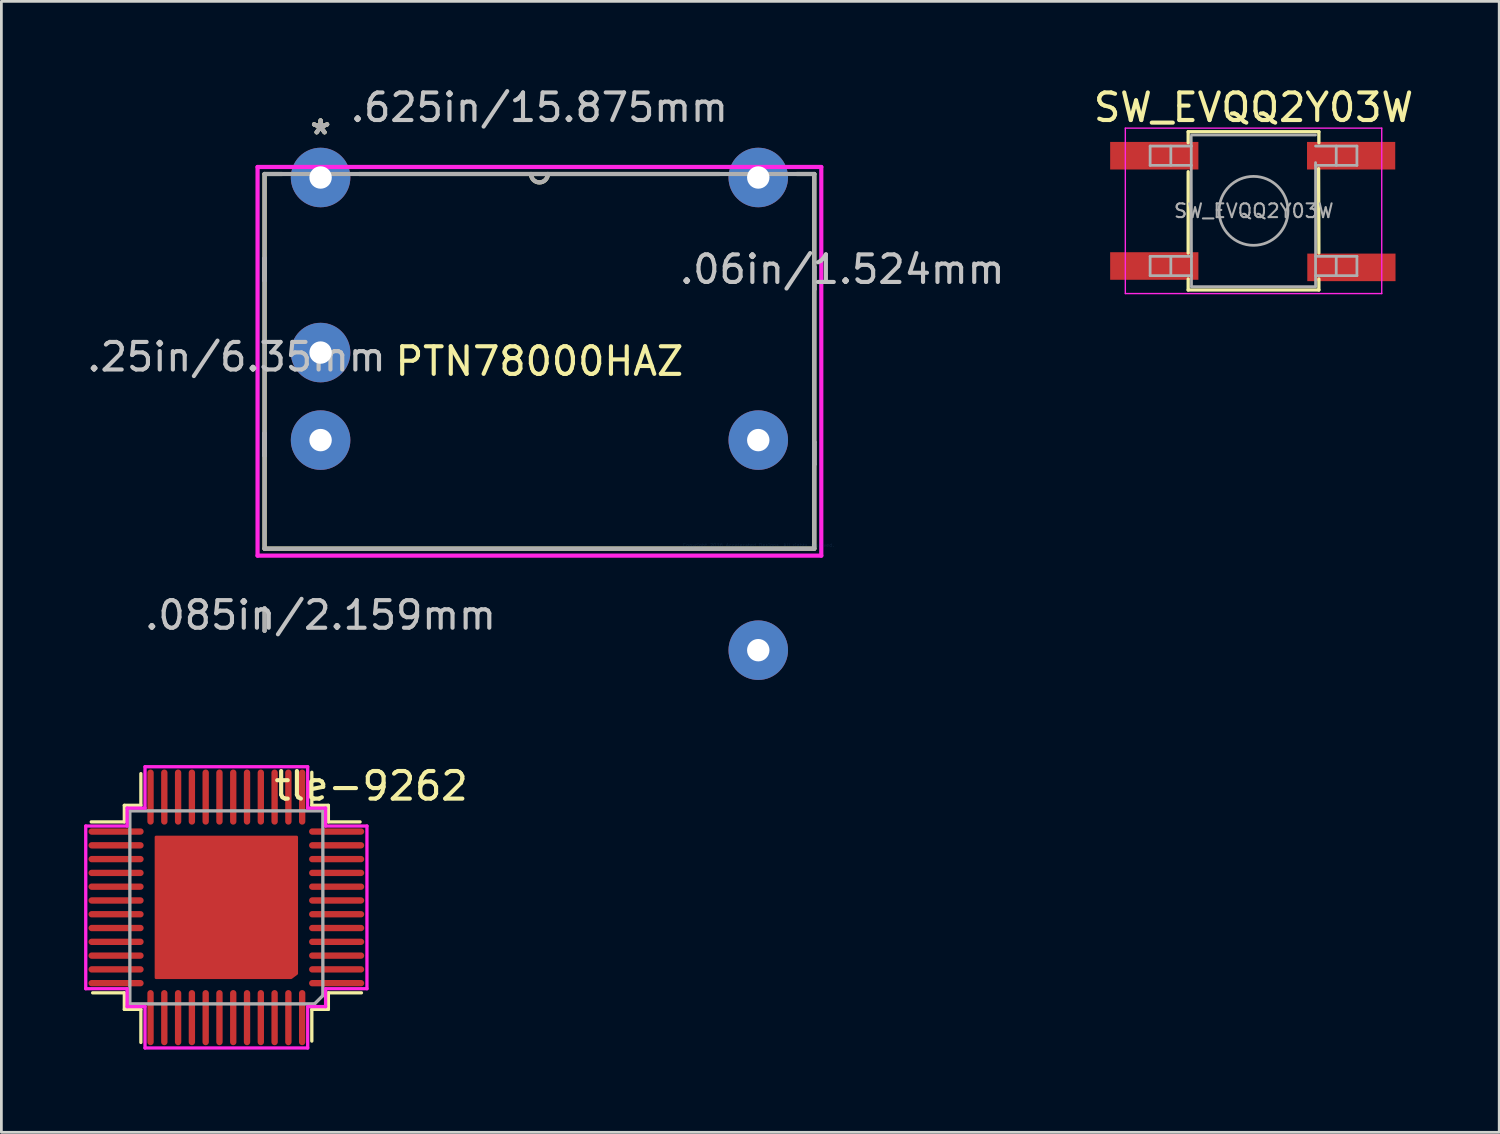
<source format=kicad_pcb>
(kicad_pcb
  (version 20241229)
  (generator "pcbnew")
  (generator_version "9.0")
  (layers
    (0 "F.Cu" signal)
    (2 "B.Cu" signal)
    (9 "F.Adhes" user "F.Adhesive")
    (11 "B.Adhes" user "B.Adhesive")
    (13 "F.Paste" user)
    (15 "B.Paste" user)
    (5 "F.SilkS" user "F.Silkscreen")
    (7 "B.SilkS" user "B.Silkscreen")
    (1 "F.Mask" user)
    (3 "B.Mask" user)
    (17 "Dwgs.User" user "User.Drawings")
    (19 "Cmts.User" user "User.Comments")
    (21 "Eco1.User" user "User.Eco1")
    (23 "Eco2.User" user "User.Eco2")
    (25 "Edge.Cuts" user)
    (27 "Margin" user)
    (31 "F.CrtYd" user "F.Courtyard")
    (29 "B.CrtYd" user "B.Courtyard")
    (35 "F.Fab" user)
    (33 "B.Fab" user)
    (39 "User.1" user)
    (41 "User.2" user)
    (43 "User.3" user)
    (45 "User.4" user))
  (footprint "PTN78000HAZ"
    (layer "F.Cu")
    (at 24.453 16.723)
    (property "Reference" "PTN78000HAZ" (at -7.938 -6.668 0) (layer "F.SilkS") (effects (font (size 1 1) (thickness 0.15))))
    (attr through_hole)
    (fp_line (start -17.907 -13.462) (end -17.907 0.127) (stroke (width 0.152) (type solid)) (layer "F.SilkS"))
    (fp_line (start -17.907 0.127) (end 2.032 0.127) (stroke (width 0.152) (type solid)) (layer "F.SilkS"))
    (fp_line (start -17.282 -13.462) (end -17.907 -13.462) (stroke (width 0.152) (type solid)) (layer "F.SilkS"))
    (fp_line (start -1.407 -13.462) (end -14.468 -13.462) (stroke (width 0.152) (type solid)) (layer "F.SilkS"))
    (fp_line (start 2.032 -13.462) (end 1.407 -13.462) (stroke (width 0.152) (type solid)) (layer "F.SilkS"))
    (fp_line (start 2.032 0.127) (end 2.032 -13.462) (stroke (width 0.152) (type solid)) (layer "F.SilkS"))
    (fp_arc (start -7.6327 -13.462) (mid -7.9375 -13.1572) (end -8.2423 -13.462) (stroke (width 0.1524) (type solid)) (layer "F.SilkS"))
    (fp_line (start -18.161 -13.716) (end 2.286 -13.716) (stroke (width 0.152) (type solid)) (layer "F.CrtYd"))
    (fp_line (start -18.161 0.381) (end -18.161 -13.716) (stroke (width 0.152) (type solid)) (layer "F.CrtYd"))
    (fp_line (start 2.286 -13.716) (end 2.286 0.381) (stroke (width 0.152) (type solid)) (layer "F.CrtYd"))
    (fp_line (start 2.286 0.381) (end -18.161 0.381) (stroke (width 0.152) (type solid)) (layer "F.CrtYd"))
    (fp_line (start -17.907 -13.462) (end -17.907 0.127) (stroke (width 0.152) (type solid)) (layer "F.Fab"))
    (fp_line (start -17.907 -10.408) (end -17.907 -10.408) (stroke (width 0.152) (type solid)) (layer "F.Fab"))
    (fp_line (start -17.907 -10.408) (end -17.907 -9.595) (stroke (width 0.152) (type solid)) (layer "F.Fab"))
    (fp_line (start -17.907 -9.595) (end -17.907 -10.408) (stroke (width 0.152) (type solid)) (layer "F.Fab"))
    (fp_line (start -17.907 -9.595) (end -17.907 -9.595) (stroke (width 0.152) (type solid)) (layer "F.Fab"))
    (fp_line (start -17.907 -4.058) (end -17.907 -4.058) (stroke (width 0.152) (type solid)) (layer "F.Fab"))
    (fp_line (start -17.907 -4.058) (end -17.907 -3.245) (stroke (width 0.152) (type solid)) (layer "F.Fab"))
    (fp_line (start -17.907 -3.245) (end -17.907 -4.058) (stroke (width 0.152) (type solid)) (layer "F.Fab"))
    (fp_line (start -17.907 -3.245) (end -17.907 -3.245) (stroke (width 0.152) (type solid)) (layer "F.Fab"))
    (fp_line (start -17.907 0.127) (end 2.032 0.127) (stroke (width 0.152) (type solid)) (layer "F.Fab"))
    (fp_line (start -17.907 2.292) (end -17.907 2.292) (stroke (width 0.152) (type solid)) (layer "F.Fab"))
    (fp_line (start -17.907 2.292) (end -17.907 3.105) (stroke (width 0.152) (type solid)) (layer "F.Fab"))
    (fp_line (start -17.907 3.105) (end -17.907 2.292) (stroke (width 0.152) (type solid)) (layer "F.Fab"))
    (fp_line (start -17.907 3.105) (end -17.907 3.105) (stroke (width 0.152) (type solid)) (layer "F.Fab"))
    (fp_line (start 2.032 -13.462) (end -17.907 -13.462) (stroke (width 0.152) (type solid)) (layer "F.Fab"))
    (fp_line (start 2.032 -10.09) (end 2.032 -10.09) (stroke (width 0.152) (type solid)) (layer "F.Fab"))
    (fp_line (start 2.032 -10.09) (end 2.032 -9.277) (stroke (width 0.152) (type solid)) (layer "F.Fab"))
    (fp_line (start 2.032 -9.277) (end 2.032 -10.09) (stroke (width 0.152) (type solid)) (layer "F.Fab"))
    (fp_line (start 2.032 -9.277) (end 2.032 -9.277) (stroke (width 0.152) (type solid)) (layer "F.Fab"))
    (fp_line (start 2.032 -3.74) (end 2.032 -3.74) (stroke (width 0.152) (type solid)) (layer "F.Fab"))
    (fp_line (start 2.032 -3.74) (end 2.032 -2.927) (stroke (width 0.152) (type solid)) (layer "F.Fab"))
    (fp_line (start 2.032 -2.927) (end 2.032 -3.74) (stroke (width 0.152) (type solid)) (layer "F.Fab"))
    (fp_line (start 2.032 -2.927) (end 2.032 -2.927) (stroke (width 0.152) (type solid)) (layer "F.Fab"))
    (fp_line (start 2.032 0.127) (end 2.032 -13.462) (stroke (width 0.152) (type solid)) (layer "F.Fab"))
    (fp_arc (start -7.6327 -13.462) (mid -7.9375 -13.1572) (end -8.2423 -13.462) (stroke (width 0.1524) (type solid)) (layer "F.Fab"))
    (fp_text user "*" (at -15.875 -14.859 0) (layer "F.SilkS") (effects (font (size 1 1) (thickness 0.15))))
    (fp_text user "*" (at -15.875 -14.859 0) (layer "F.SilkS") (effects (font (size 1 1) (thickness 0.15))))
    (fp_text user ".25in/6.35mm" (at -18.923 -6.826 0) (layer "Dwgs.User") (effects (font (size 1 1) (thickness 0.15))))
    (fp_text user ".085in/2.159mm" (at -15.875 2.54 0) (layer "Dwgs.User") (effects (font (size 1 1) (thickness 0.15))))
    (fp_text user ".06in/1.524mm" (at 3.048 -10.001 0) (layer "Dwgs.User") (effects (font (size 1 1) (thickness 0.15))))
    (fp_text user ".625in/15.875mm" (at -7.938 -15.875 0) (layer "Dwgs.User") (effects (font (size 1 1) (thickness 0.15))))
    (fp_text user "Copyright 2016 Accelerated Designs. All rights reserved." (at 0 0 0) (layer "Cmts.User") (effects (font (size 0.127 0.127) (thickness 0.002))))
    (fp_text user "*" (at -15.875 -14.859 0) (layer "F.Fab") (effects (font (size 1 1) (thickness 0.15))))
    (fp_text user "*" (at -15.875 -14.859 0) (layer "F.Fab") (effects (font (size 1 1) (thickness 0.15))))
    (pad "1" thru_hole circle (at -15.875 -13.335) (size 2.159 2.159) (drill 0.813) (layers "*.Cu" "*.Mask"))
    (pad "2" thru_hole circle (at -15.875 -6.985) (size 2.159 2.159) (drill 0.813) (layers "*.Cu" "*.Mask"))
    (pad "3" thru_hole circle (at -15.875 -3.81) (size 2.159 2.159) (drill 0.813) (layers "*.Cu" "*.Mask"))
    (pad "4" thru_hole circle (at 0 3.81) (size 2.159 2.159) (drill 0.813) (layers "*.Cu" "*.Mask"))
    (pad "5" thru_hole circle (at 0 -3.81) (size 2.159 2.159) (drill 0.813) (layers "*.Cu" "*.Mask"))
    (pad "6" thru_hole circle (at 0 -13.335) (size 2.159 2.159) (drill 0.813) (layers "*.Cu" "*.Mask")))
  (footprint "SW_EVQQ2Y03W"
    (layer "F.Cu")
    (at 40.617 2.598)
    (property "Reference" "SW_EVQQ2Y03W" (at 1.8 -1.75 0) (layer "F.SilkS") (effects (font (size 1 1) (thickness 0.15))))
    (attr through_hole)
    (fp_line (start -0.57 -0.87) (end -0.57 -0.47) (stroke (width 0.12) (type solid)) (layer "F.SilkS"))
    (fp_line (start -0.57 -0.87) (end 4.17 -0.87) (stroke (width 0.12) (type solid)) (layer "F.SilkS"))
    (fp_line (start -0.57 3.53) (end -0.57 0.58) (stroke (width 0.12) (type solid)) (layer "F.SilkS"))
    (fp_line (start -0.57 4.87) (end -0.57 4.47) (stroke (width 0.12) (type solid)) (layer "F.SilkS"))
    (fp_line (start -0.57 4.87) (end 4.17 4.87) (stroke (width 0.12) (type solid)) (layer "F.SilkS"))
    (fp_line (start 4.17 -0.87) (end 4.17 -0.47) (stroke (width 0.12) (type solid)) (layer "F.SilkS"))
    (fp_line (start 4.17 3.53) (end 4.16 0.47) (stroke (width 0.12) (type solid)) (layer "F.SilkS"))
    (fp_line (start 4.17 4.87) (end 4.17 4.47) (stroke (width 0.12) (type solid)) (layer "F.SilkS"))
    (fp_line (start -2.85 -1) (end 6.45 -1) (stroke (width 0.05) (type solid)) (layer "F.CrtYd"))
    (fp_line (start -2.85 5) (end -2.85 -1) (stroke (width 0.05) (type solid)) (layer "F.CrtYd"))
    (fp_line (start 6.45 -1) (end 6.45 5) (stroke (width 0.05) (type solid)) (layer "F.CrtYd"))
    (fp_line (start 6.45 5) (end -2.85 5) (stroke (width 0.05) (type solid)) (layer "F.CrtYd"))
    (fp_line (start -1.95 -0.35) (end -1.95 0.35) (stroke (width 0.1) (type solid)) (layer "F.Fab"))
    (fp_line (start -1.95 0.35) (end -0.45 0.35) (stroke (width 0.1) (type solid)) (layer "F.Fab"))
    (fp_line (start -1.95 3.65) (end -1.95 4.35) (stroke (width 0.1) (type solid)) (layer "F.Fab"))
    (fp_line (start -1.95 4.35) (end -0.45 4.35) (stroke (width 0.1) (type solid)) (layer "F.Fab"))
    (fp_line (start -1.2 -0.35) (end -1.2 0.35) (stroke (width 0.1) (type solid)) (layer "F.Fab"))
    (fp_line (start -1.2 3.65) (end -1.2 4.35) (stroke (width 0.1) (type solid)) (layer "F.Fab"))
    (fp_line (start -0.45 -0.75) (end 4.05 -0.75) (stroke (width 0.1) (type solid)) (layer "F.Fab"))
    (fp_line (start -0.45 -0.35) (end -1.95 -0.35) (stroke (width 0.1) (type solid)) (layer "F.Fab"))
    (fp_line (start -0.45 3.65) (end -1.95 3.65) (stroke (width 0.1) (type solid)) (layer "F.Fab"))
    (fp_line (start -0.45 4.75) (end -0.46 -0.7) (stroke (width 0.1) (type solid)) (layer "F.Fab"))
    (fp_line (start 4.05 0.25) (end 4.05 4.75) (stroke (width 0.1) (type solid)) (layer "F.Fab"))
    (fp_line (start 4.05 0.35) (end 5.55 0.35) (stroke (width 0.1) (type solid)) (layer "F.Fab"))
    (fp_line (start 4.05 3.65) (end 5.55 3.65) (stroke (width 0.1) (type solid)) (layer "F.Fab"))
    (fp_line (start 4.05 4.75) (end -0.45 4.75) (stroke (width 0.1) (type solid)) (layer "F.Fab"))
    (fp_line (start 4.8 -0.35) (end 4.8 0.35) (stroke (width 0.1) (type solid)) (layer "F.Fab"))
    (fp_line (start 4.8 3.65) (end 4.8 4.35) (stroke (width 0.1) (type solid)) (layer "F.Fab"))
    (fp_line (start 5.55 -0.35) (end 4.05 -0.35) (stroke (width 0.1) (type solid)) (layer "F.Fab"))
    (fp_line (start 5.55 0.35) (end 5.55 -0.35) (stroke (width 0.1) (type solid)) (layer "F.Fab"))
    (fp_line (start 5.55 3.65) (end 5.55 4.35) (stroke (width 0.1) (type solid)) (layer "F.Fab"))
    (fp_line (start 5.55 4.35) (end 4.05 4.35) (stroke (width 0.1) (type solid)) (layer "F.Fab"))
    (fp_circle (center 1.8 2) (end 3.05 2) (stroke (width 0.1) (type solid)) (fill no) (layer "F.Fab"))
    (fp_text user "${REFERENCE}" (at 1.81 2 0) (layer "F.Fab") (effects (font (size 0.5 0.5) (thickness 0.075))))
    (pad "1" smd rect (at -1.8 0) (size 3.2 1) (layers "F.Cu" "F.Mask" "F.Paste"))
    (pad "1" smd rect (at 5.34 0) (size 3.2 1) (layers "F.Cu" "F.Mask" "F.Paste"))
    (pad "1" smd rect (at 5.35 4.05) (size 3.2 1) (layers "F.Cu" "F.Mask" "F.Paste"))
    (pad "2" smd rect (at -1.8 4) (size 3.2 1) (layers "F.Cu" "F.Mask" "F.Paste")))
  (footprint "tle-9262"
    (layer "F.Cu")
    (at 10.16 32.111)
    (property "Reference" "tle-9262" (at 0.25 -6.65 0) (layer "F.SilkS") (effects (font (size 1 1) (thickness 0.15))))
    (attr through_hole)
    (fp_poly (pts (xy -7.55 -4.8) (xy -7.55 0.3) (xy -2.65 0.3) (xy -2.45 0.15) (xy -2.45 -4.8)) (stroke (width 0.1) (type solid)) (fill yes) (layer "F.Cu"))
    (fp_line (start -8.7 -5.95) (end -8.1 -5.95) (stroke (width 0.12) (type solid)) (layer "F.SilkS"))
    (fp_line (start -8.7 -5.35) (end -9.9 -5.35) (stroke (width 0.12) (type solid)) (layer "F.SilkS"))
    (fp_line (start -8.7 -5.35) (end -8.7 -5.95) (stroke (width 0.12) (type solid)) (layer "F.SilkS"))
    (fp_line (start -8.7 0.85) (end -9.85 0.85) (stroke (width 0.12) (type solid)) (layer "F.SilkS"))
    (fp_line (start -8.7 1.45) (end -8.7 0.85) (stroke (width 0.12) (type solid)) (layer "F.SilkS"))
    (fp_line (start -8.1 -5.95) (end -8.1 -7.1) (stroke (width 0.12) (type solid)) (layer "F.SilkS"))
    (fp_line (start -8.1 1.45) (end -8.7 1.45) (stroke (width 0.12) (type solid)) (layer "F.SilkS"))
    (fp_line (start -8.1 1.45) (end -8.1 2.65) (stroke (width 0.12) (type solid)) (layer "F.SilkS"))
    (fp_line (start -1.9 -5.95) (end -1.9 -7.15) (stroke (width 0.12) (type solid)) (layer "F.SilkS"))
    (fp_line (start -1.9 -5.95) (end -1.3 -5.95) (stroke (width 0.12) (type solid)) (layer "F.SilkS"))
    (fp_line (start -1.9 1.45) (end -1.9 2.6) (stroke (width 0.12) (type solid)) (layer "F.SilkS"))
    (fp_line (start -1.3 -5.95) (end -1.3 -5.35) (stroke (width 0.12) (type solid)) (layer "F.SilkS"))
    (fp_line (start -1.3 -5.35) (end -0.15 -5.35) (stroke (width 0.12) (type solid)) (layer "F.SilkS"))
    (fp_line (start -1.3 0.85) (end -1.3 1.45) (stroke (width 0.12) (type solid)) (layer "F.SilkS"))
    (fp_line (start -1.3 0.85) (end -0.1 0.85) (stroke (width 0.12) (type solid)) (layer "F.SilkS"))
    (fp_line (start -1.3 1.45) (end -1.9 1.45) (stroke (width 0.12) (type solid)) (layer "F.SilkS"))
    (fp_line (start -10.1 -5.2) (end -10.1 0.7) (stroke (width 0.12) (type solid)) (layer "F.CrtYd"))
    (fp_line (start -10.1 0.7) (end -8.6 0.7) (stroke (width 0.12) (type solid)) (layer "F.CrtYd"))
    (fp_line (start -8.6 -5.85) (end -8.6 -5.2) (stroke (width 0.12) (type solid)) (layer "F.CrtYd"))
    (fp_line (start -8.6 -5.2) (end -10.1 -5.2) (stroke (width 0.12) (type solid)) (layer "F.CrtYd"))
    (fp_line (start -8.6 0.7) (end -8.6 1.35) (stroke (width 0.12) (type solid)) (layer "F.CrtYd"))
    (fp_line (start -8.6 1.35) (end -7.95 1.35) (stroke (width 0.12) (type solid)) (layer "F.CrtYd"))
    (fp_line (start -7.95 -7.35) (end -7.95 -5.85) (stroke (width 0.12) (type solid)) (layer "F.CrtYd"))
    (fp_line (start -7.95 -5.85) (end -8.6 -5.85) (stroke (width 0.12) (type solid)) (layer "F.CrtYd"))
    (fp_line (start -7.95 1.35) (end -7.95 2.85) (stroke (width 0.12) (type solid)) (layer "F.CrtYd"))
    (fp_line (start -7.95 2.85) (end -2.05 2.85) (stroke (width 0.12) (type solid)) (layer "F.CrtYd"))
    (fp_line (start -2.05 -7.35) (end -7.95 -7.35) (stroke (width 0.12) (type solid)) (layer "F.CrtYd"))
    (fp_line (start -2.05 -5.85) (end -2.05 -7.35) (stroke (width 0.12) (type solid)) (layer "F.CrtYd"))
    (fp_line (start -2.05 1.35) (end -1.4 1.35) (stroke (width 0.12) (type solid)) (layer "F.CrtYd"))
    (fp_line (start -2.05 2.85) (end -2.05 1.35) (stroke (width 0.12) (type solid)) (layer "F.CrtYd"))
    (fp_line (start -1.4 -5.85) (end -2.05 -5.85) (stroke (width 0.12) (type solid)) (layer "F.CrtYd"))
    (fp_line (start -1.4 -5.2) (end -1.4 -5.85) (stroke (width 0.12) (type solid)) (layer "F.CrtYd"))
    (fp_line (start -1.4 0.7) (end 0.1 0.7) (stroke (width 0.12) (type solid)) (layer "F.CrtYd"))
    (fp_line (start -1.4 1.35) (end -1.4 0.7) (stroke (width 0.12) (type solid)) (layer "F.CrtYd"))
    (fp_line (start 0.1 -5.2) (end -1.4 -5.2) (stroke (width 0.12) (type solid)) (layer "F.CrtYd"))
    (fp_line (start 0.1 0.7) (end 0.1 -5.2) (stroke (width 0.12) (type solid)) (layer "F.CrtYd"))
    (fp_line (start -8.5 -5.75) (end -1.5 -5.75) (stroke (width 0.12) (type solid)) (layer "F.Fab"))
    (fp_line (start -8.5 1.25) (end -8.5 -5.75) (stroke (width 0.12) (type solid)) (layer "F.Fab"))
    (fp_line (start -1.8 1.25) (end -8.5 1.25) (stroke (width 0.12) (type solid)) (layer "F.Fab"))
    (fp_line (start -1.5 -5.75) (end -1.5 0.95) (stroke (width 0.12) (type solid)) (layer "F.Fab"))
    (fp_line (start -1.5 0.95) (end -1.8 1.25) (stroke (width 0.12) (type solid)) (layer "F.Fab"))
    (pad "1" smd oval (at -2.25 1.75) (size 0.23 2) (layers "F.Cu" "F.Mask" "F.Paste"))
    (pad "2" smd oval (at -2.75 1.75) (size 0.23 2) (layers "F.Cu" "F.Mask" "F.Paste"))
    (pad "3" smd oval (at -3.25 1.75) (size 0.23 2) (layers "F.Cu" "F.Mask" "F.Paste"))
    (pad "4" smd oval (at -3.75 1.75) (size 0.23 2) (layers "F.Cu" "F.Mask" "F.Paste"))
    (pad "5" smd oval (at -4.25 1.75) (size 0.23 2) (layers "F.Cu" "F.Mask" "F.Paste"))
    (pad "6" smd oval (at -4.75 1.75) (size 0.23 2) (layers "F.Cu" "F.Mask" "F.Paste"))
    (pad "7" smd oval (at -5.25 1.75) (size 0.23 2) (layers "F.Cu" "F.Mask" "F.Paste"))
    (pad "8" smd oval (at -5.75 1.75) (size 0.23 2) (layers "F.Cu" "F.Mask" "F.Paste"))
    (pad "9" smd oval (at -6.25 1.75) (size 0.23 2) (layers "F.Cu" "F.Mask" "F.Paste"))
    (pad "10" smd oval (at -6.75 1.75) (size 0.23 2) (layers "F.Cu" "F.Mask" "F.Paste"))
    (pad "11" smd oval (at -7.25 1.75) (size 0.23 2) (layers "F.Cu" "F.Mask" "F.Paste"))
    (pad "12" smd oval (at -7.75 1.75) (size 0.23 2) (layers "F.Cu" "F.Mask" "F.Paste"))
    (pad "13" smd oval (at -9 0.5 90) (size 0.23 2) (layers "F.Cu" "F.Mask" "F.Paste"))
    (pad "14" smd oval (at -9 0 90) (size 0.23 2) (layers "F.Cu" "F.Mask" "F.Paste"))
    (pad "15" smd oval (at -9 -0.5 90) (size 0.23 2) (layers "F.Cu" "F.Mask" "F.Paste"))
    (pad "16" smd oval (at -9 -1 90) (size 0.23 2) (layers "F.Cu" "F.Mask" "F.Paste"))
    (pad "17" smd oval (at -9 -1.5 90) (size 0.23 2) (layers "F.Cu" "F.Mask" "F.Paste"))
    (pad "18" smd oval (at -9 -2 90) (size 0.23 2) (layers "F.Cu" "F.Mask" "F.Paste"))
    (pad "19" smd oval (at -9 -2.5 90) (size 0.23 2) (layers "F.Cu" "F.Mask" "F.Paste"))
    (pad "20" smd oval (at -9 -3 90) (size 0.23 2) (layers "F.Cu" "F.Mask" "F.Paste"))
    (pad "21" smd oval (at -9 -3.5 90) (size 0.23 2) (layers "F.Cu" "F.Mask" "F.Paste"))
    (pad "22" smd oval (at -9 -4 90) (size 0.23 2) (layers "F.Cu" "F.Mask" "F.Paste"))
    (pad "23" smd oval (at -9 -4.5 90) (size 0.23 2) (layers "F.Cu" "F.Mask" "F.Paste"))
    (pad "24" smd oval (at -9 -5 90) (size 0.23 2) (layers "F.Cu" "F.Mask" "F.Paste"))
    (pad "25" smd oval (at -7.75 -6.25 180) (size 0.23 2) (layers "F.Cu" "F.Mask" "F.Paste"))
    (pad "26" smd oval (at -7.25 -6.25 180) (size 0.23 2) (layers "F.Cu" "F.Mask" "F.Paste"))
    (pad "27" smd oval (at -6.75 -6.25 180) (size 0.23 2) (layers "F.Cu" "F.Mask" "F.Paste"))
    (pad "28" smd oval (at -6.25 -6.25 180) (size 0.23 2) (layers "F.Cu" "F.Mask" "F.Paste"))
    (pad "29" smd oval (at -5.75 -6.25 180) (size 0.23 2) (layers "F.Cu" "F.Mask" "F.Paste"))
    (pad "30" smd oval (at -5.25 -6.25 180) (size 0.23 2) (layers "F.Cu" "F.Mask" "F.Paste"))
    (pad "31" smd oval (at -4.75 -6.25 180) (size 0.23 2) (layers "F.Cu" "F.Mask" "F.Paste"))
    (pad "32" smd oval (at -4.25 -6.25 180) (size 0.23 2) (layers "F.Cu" "F.Mask" "F.Paste"))
    (pad "33" smd oval (at -3.75 -6.25 180) (size 0.23 2) (layers "F.Cu" "F.Mask" "F.Paste"))
    (pad "34" smd oval (at -3.25 -6.25 180) (size 0.23 2) (layers "F.Cu" "F.Mask" "F.Paste"))
    (pad "35" smd oval (at -2.75 -6.25 180) (size 0.23 2) (layers "F.Cu" "F.Mask" "F.Paste"))
    (pad "36" smd oval (at -2.25 -6.25 180) (size 0.23 2) (layers "F.Cu" "F.Mask" "F.Paste"))
    (pad "37" smd oval (at -1 -5 270) (size 0.23 2) (layers "F.Cu" "F.Mask" "F.Paste"))
    (pad "38" smd oval (at -1 -4.5 270) (size 0.23 2) (layers "F.Cu" "F.Mask" "F.Paste"))
    (pad "39" smd oval (at -1 -4 270) (size 0.23 2) (layers "F.Cu" "F.Mask" "F.Paste"))
    (pad "40" smd oval (at -1 -3.5 270) (size 0.23 2) (layers "F.Cu" "F.Mask" "F.Paste"))
    (pad "41" smd oval (at -1 -3 270) (size 0.23 2) (layers "F.Cu" "F.Mask" "F.Paste"))
    (pad "42" smd oval (at -1 -2.5 270) (size 0.23 2) (layers "F.Cu" "F.Mask" "F.Paste"))
    (pad "43" smd oval (at -1 -2 270) (size 0.23 2) (layers "F.Cu" "F.Mask" "F.Paste"))
    (pad "44" smd oval (at -1 -1.5 270) (size 0.23 2) (layers "F.Cu" "F.Mask" "F.Paste"))
    (pad "45" smd oval (at -1 -1 270) (size 0.23 2) (layers "F.Cu" "F.Mask" "F.Paste"))
    (pad "46" smd oval (at -1 -0.5 270) (size 0.23 2) (layers "F.Cu" "F.Mask" "F.Paste"))
    (pad "47" smd oval (at -1 0 270) (size 0.23 2) (layers "F.Cu" "F.Mask" "F.Paste"))
    (pad "48" smd oval (at -1 0.5 270) (size 0.23 2) (layers "F.Cu" "F.Mask" "F.Paste")))
  (gr_rect
    (start -3 -3)
    (end 51.328 38.021)
    (stroke (width 0.1) (type default))
    (fill no)
    (layer "Edge.Cuts")))
</source>
